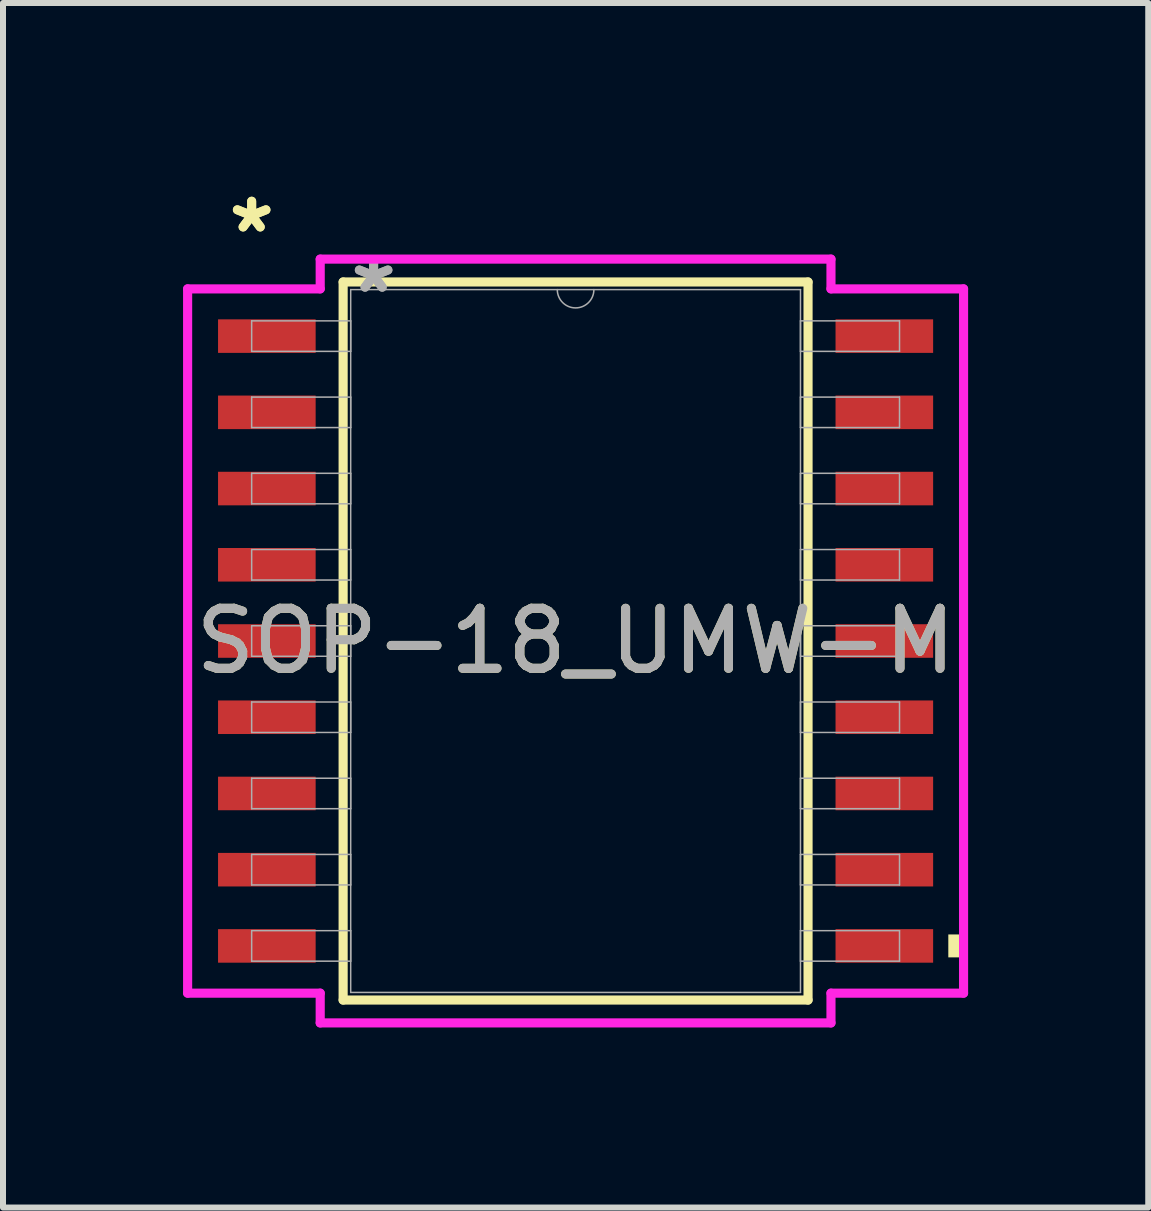
<source format=kicad_pcb>
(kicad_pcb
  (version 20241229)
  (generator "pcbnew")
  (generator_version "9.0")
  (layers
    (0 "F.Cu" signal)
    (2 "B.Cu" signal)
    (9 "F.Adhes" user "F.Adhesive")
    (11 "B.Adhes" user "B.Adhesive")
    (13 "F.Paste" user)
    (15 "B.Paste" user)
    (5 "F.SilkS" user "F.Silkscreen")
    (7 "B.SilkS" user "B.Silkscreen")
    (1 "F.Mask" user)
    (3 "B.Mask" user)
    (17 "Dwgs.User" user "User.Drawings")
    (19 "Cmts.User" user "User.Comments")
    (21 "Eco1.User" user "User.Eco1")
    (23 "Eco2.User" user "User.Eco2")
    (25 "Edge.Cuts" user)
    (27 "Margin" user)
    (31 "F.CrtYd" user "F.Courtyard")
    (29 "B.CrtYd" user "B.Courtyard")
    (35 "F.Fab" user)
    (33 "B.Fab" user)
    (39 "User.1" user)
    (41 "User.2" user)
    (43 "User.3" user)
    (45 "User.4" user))
  (footprint "SOP-18_UMW-M"
    (layer "F.Cu")
    (at 6.54 7.63)
    (property "Reference" "SOP-18_UMW-M" (at 0 0 0) (unlocked yes) (layer "F.SilkS") (effects (font (size 1 1) (thickness 0.15))))
    (attr smd)
    (fp_line (start -3.873 -5.982) (end -3.873 5.982) (stroke (width 0.152) (type solid)) (layer "F.SilkS"))
    (fp_line (start -3.873 5.982) (end 3.873 5.982) (stroke (width 0.152) (type solid)) (layer "F.SilkS"))
    (fp_line (start 3.873 -5.982) (end -3.873 -5.982) (stroke (width 0.152) (type solid)) (layer "F.SilkS"))
    (fp_line (start 3.873 5.982) (end 3.873 -5.982) (stroke (width 0.152) (type solid)) (layer "F.SilkS"))
    (fp_poly (pts (xy 6.464 4.889) (xy 6.464 5.271) (xy 6.21 5.271) (xy 6.21 4.889)) (stroke (width 0) (type solid)) (fill yes) (layer "F.SilkS"))
    (fp_line (start -6.464 -5.867) (end -4.255 -5.867) (stroke (width 0.152) (type solid)) (layer "F.CrtYd"))
    (fp_line (start -6.464 5.867) (end -6.464 -5.867) (stroke (width 0.152) (type solid)) (layer "F.CrtYd"))
    (fp_line (start -6.464 5.867) (end -4.255 5.867) (stroke (width 0.152) (type solid)) (layer "F.CrtYd"))
    (fp_line (start -4.255 -6.363) (end 4.255 -6.363) (stroke (width 0.152) (type solid)) (layer "F.CrtYd"))
    (fp_line (start -4.255 -5.867) (end -4.255 -6.363) (stroke (width 0.152) (type solid)) (layer "F.CrtYd"))
    (fp_line (start -4.255 6.363) (end -4.255 5.867) (stroke (width 0.152) (type solid)) (layer "F.CrtYd"))
    (fp_line (start 4.255 -6.363) (end 4.255 -5.867) (stroke (width 0.152) (type solid)) (layer "F.CrtYd"))
    (fp_line (start 4.255 5.867) (end 4.255 6.363) (stroke (width 0.152) (type solid)) (layer "F.CrtYd"))
    (fp_line (start 4.255 6.363) (end -4.255 6.363) (stroke (width 0.152) (type solid)) (layer "F.CrtYd"))
    (fp_line (start 6.464 -5.867) (end 4.255 -5.867) (stroke (width 0.152) (type solid)) (layer "F.CrtYd"))
    (fp_line (start 6.464 -5.867) (end 6.464 5.867) (stroke (width 0.152) (type solid)) (layer "F.CrtYd"))
    (fp_line (start 6.464 5.867) (end 4.255 5.867) (stroke (width 0.152) (type solid)) (layer "F.CrtYd"))
    (fp_line (start -5.397 -5.334) (end -5.397 -4.826) (stroke (width 0.025) (type solid)) (layer "F.Fab"))
    (fp_line (start -5.397 -4.826) (end -3.747 -4.826) (stroke (width 0.025) (type solid)) (layer "F.Fab"))
    (fp_line (start -5.397 -4.064) (end -5.397 -3.556) (stroke (width 0.025) (type solid)) (layer "F.Fab"))
    (fp_line (start -5.397 -3.556) (end -3.747 -3.556) (stroke (width 0.025) (type solid)) (layer "F.Fab"))
    (fp_line (start -5.397 -2.794) (end -5.397 -2.286) (stroke (width 0.025) (type solid)) (layer "F.Fab"))
    (fp_line (start -5.397 -2.286) (end -3.747 -2.286) (stroke (width 0.025) (type solid)) (layer "F.Fab"))
    (fp_line (start -5.397 -1.524) (end -5.397 -1.016) (stroke (width 0.025) (type solid)) (layer "F.Fab"))
    (fp_line (start -5.397 -1.016) (end -3.747 -1.016) (stroke (width 0.025) (type solid)) (layer "F.Fab"))
    (fp_line (start -5.397 -0.254) (end -5.397 0.254) (stroke (width 0.025) (type solid)) (layer "F.Fab"))
    (fp_line (start -5.397 0.254) (end -3.747 0.254) (stroke (width 0.025) (type solid)) (layer "F.Fab"))
    (fp_line (start -5.397 1.016) (end -5.397 1.524) (stroke (width 0.025) (type solid)) (layer "F.Fab"))
    (fp_line (start -5.397 1.524) (end -3.747 1.524) (stroke (width 0.025) (type solid)) (layer "F.Fab"))
    (fp_line (start -5.397 2.286) (end -5.397 2.794) (stroke (width 0.025) (type solid)) (layer "F.Fab"))
    (fp_line (start -5.397 2.794) (end -3.747 2.794) (stroke (width 0.025) (type solid)) (layer "F.Fab"))
    (fp_line (start -5.397 3.556) (end -5.397 4.064) (stroke (width 0.025) (type solid)) (layer "F.Fab"))
    (fp_line (start -5.397 4.064) (end -3.747 4.064) (stroke (width 0.025) (type solid)) (layer "F.Fab"))
    (fp_line (start -5.397 4.826) (end -5.397 5.334) (stroke (width 0.025) (type solid)) (layer "F.Fab"))
    (fp_line (start -5.397 5.334) (end -3.747 5.334) (stroke (width 0.025) (type solid)) (layer "F.Fab"))
    (fp_line (start -3.747 -5.855) (end -3.747 5.855) (stroke (width 0.025) (type solid)) (layer "F.Fab"))
    (fp_line (start -3.747 -5.334) (end -5.397 -5.334) (stroke (width 0.025) (type solid)) (layer "F.Fab"))
    (fp_line (start -3.747 -4.826) (end -3.747 -5.334) (stroke (width 0.025) (type solid)) (layer "F.Fab"))
    (fp_line (start -3.747 -4.064) (end -5.397 -4.064) (stroke (width 0.025) (type solid)) (layer "F.Fab"))
    (fp_line (start -3.747 -3.556) (end -3.747 -4.064) (stroke (width 0.025) (type solid)) (layer "F.Fab"))
    (fp_line (start -3.747 -2.794) (end -5.397 -2.794) (stroke (width 0.025) (type solid)) (layer "F.Fab"))
    (fp_line (start -3.747 -2.286) (end -3.747 -2.794) (stroke (width 0.025) (type solid)) (layer "F.Fab"))
    (fp_line (start -3.747 -1.524) (end -5.397 -1.524) (stroke (width 0.025) (type solid)) (layer "F.Fab"))
    (fp_line (start -3.747 -1.016) (end -3.747 -1.524) (stroke (width 0.025) (type solid)) (layer "F.Fab"))
    (fp_line (start -3.747 -0.254) (end -5.397 -0.254) (stroke (width 0.025) (type solid)) (layer "F.Fab"))
    (fp_line (start -3.747 0.254) (end -3.747 -0.254) (stroke (width 0.025) (type solid)) (layer "F.Fab"))
    (fp_line (start -3.747 1.016) (end -5.397 1.016) (stroke (width 0.025) (type solid)) (layer "F.Fab"))
    (fp_line (start -3.747 1.524) (end -3.747 1.016) (stroke (width 0.025) (type solid)) (layer "F.Fab"))
    (fp_line (start -3.747 2.286) (end -5.397 2.286) (stroke (width 0.025) (type solid)) (layer "F.Fab"))
    (fp_line (start -3.747 2.794) (end -3.747 2.286) (stroke (width 0.025) (type solid)) (layer "F.Fab"))
    (fp_line (start -3.747 3.556) (end -5.397 3.556) (stroke (width 0.025) (type solid)) (layer "F.Fab"))
    (fp_line (start -3.747 4.064) (end -3.747 3.556) (stroke (width 0.025) (type solid)) (layer "F.Fab"))
    (fp_line (start -3.747 4.826) (end -5.397 4.826) (stroke (width 0.025) (type solid)) (layer "F.Fab"))
    (fp_line (start -3.747 5.334) (end -3.747 4.826) (stroke (width 0.025) (type solid)) (layer "F.Fab"))
    (fp_line (start -3.747 5.855) (end 3.747 5.855) (stroke (width 0.025) (type solid)) (layer "F.Fab"))
    (fp_line (start 3.747 -5.855) (end -3.747 -5.855) (stroke (width 0.025) (type solid)) (layer "F.Fab"))
    (fp_line (start 3.747 -5.334) (end 3.747 -4.826) (stroke (width 0.025) (type solid)) (layer "F.Fab"))
    (fp_line (start 3.747 -4.826) (end 5.397 -4.826) (stroke (width 0.025) (type solid)) (layer "F.Fab"))
    (fp_line (start 3.747 -4.064) (end 3.747 -3.556) (stroke (width 0.025) (type solid)) (layer "F.Fab"))
    (fp_line (start 3.747 -3.556) (end 5.397 -3.556) (stroke (width 0.025) (type solid)) (layer "F.Fab"))
    (fp_line (start 3.747 -2.794) (end 3.747 -2.286) (stroke (width 0.025) (type solid)) (layer "F.Fab"))
    (fp_line (start 3.747 -2.286) (end 5.397 -2.286) (stroke (width 0.025) (type solid)) (layer "F.Fab"))
    (fp_line (start 3.747 -1.524) (end 3.747 -1.016) (stroke (width 0.025) (type solid)) (layer "F.Fab"))
    (fp_line (start 3.747 -1.016) (end 5.397 -1.016) (stroke (width 0.025) (type solid)) (layer "F.Fab"))
    (fp_line (start 3.747 -0.254) (end 3.747 0.254) (stroke (width 0.025) (type solid)) (layer "F.Fab"))
    (fp_line (start 3.747 0.254) (end 5.397 0.254) (stroke (width 0.025) (type solid)) (layer "F.Fab"))
    (fp_line (start 3.747 1.016) (end 3.747 1.524) (stroke (width 0.025) (type solid)) (layer "F.Fab"))
    (fp_line (start 3.747 1.524) (end 5.397 1.524) (stroke (width 0.025) (type solid)) (layer "F.Fab"))
    (fp_line (start 3.747 2.286) (end 3.747 2.794) (stroke (width 0.025) (type solid)) (layer "F.Fab"))
    (fp_line (start 3.747 2.794) (end 5.397 2.794) (stroke (width 0.025) (type solid)) (layer "F.Fab"))
    (fp_line (start 3.747 3.556) (end 3.747 4.064) (stroke (width 0.025) (type solid)) (layer "F.Fab"))
    (fp_line (start 3.747 4.064) (end 5.397 4.064) (stroke (width 0.025) (type solid)) (layer "F.Fab"))
    (fp_line (start 3.747 4.826) (end 3.747 5.334) (stroke (width 0.025) (type solid)) (layer "F.Fab"))
    (fp_line (start 3.747 5.334) (end 5.397 5.334) (stroke (width 0.025) (type solid)) (layer "F.Fab"))
    (fp_line (start 3.747 5.855) (end 3.747 -5.855) (stroke (width 0.025) (type solid)) (layer "F.Fab"))
    (fp_line (start 5.397 -5.334) (end 3.747 -5.334) (stroke (width 0.025) (type solid)) (layer "F.Fab"))
    (fp_line (start 5.397 -4.826) (end 5.397 -5.334) (stroke (width 0.025) (type solid)) (layer "F.Fab"))
    (fp_line (start 5.397 -4.064) (end 3.747 -4.064) (stroke (width 0.025) (type solid)) (layer "F.Fab"))
    (fp_line (start 5.397 -3.556) (end 5.397 -4.064) (stroke (width 0.025) (type solid)) (layer "F.Fab"))
    (fp_line (start 5.397 -2.794) (end 3.747 -2.794) (stroke (width 0.025) (type solid)) (layer "F.Fab"))
    (fp_line (start 5.397 -2.286) (end 5.397 -2.794) (stroke (width 0.025) (type solid)) (layer "F.Fab"))
    (fp_line (start 5.397 -1.524) (end 3.747 -1.524) (stroke (width 0.025) (type solid)) (layer "F.Fab"))
    (fp_line (start 5.397 -1.016) (end 5.397 -1.524) (stroke (width 0.025) (type solid)) (layer "F.Fab"))
    (fp_line (start 5.397 -0.254) (end 3.747 -0.254) (stroke (width 0.025) (type solid)) (layer "F.Fab"))
    (fp_line (start 5.397 0.254) (end 5.397 -0.254) (stroke (width 0.025) (type solid)) (layer "F.Fab"))
    (fp_line (start 5.397 1.016) (end 3.747 1.016) (stroke (width 0.025) (type solid)) (layer "F.Fab"))
    (fp_line (start 5.397 1.524) (end 5.397 1.016) (stroke (width 0.025) (type solid)) (layer "F.Fab"))
    (fp_line (start 5.397 2.286) (end 3.747 2.286) (stroke (width 0.025) (type solid)) (layer "F.Fab"))
    (fp_line (start 5.397 2.794) (end 5.397 2.286) (stroke (width 0.025) (type solid)) (layer "F.Fab"))
    (fp_line (start 5.397 3.556) (end 3.747 3.556) (stroke (width 0.025) (type solid)) (layer "F.Fab"))
    (fp_line (start 5.397 4.064) (end 5.397 3.556) (stroke (width 0.025) (type solid)) (layer "F.Fab"))
    (fp_line (start 5.397 4.826) (end 3.747 4.826) (stroke (width 0.025) (type solid)) (layer "F.Fab"))
    (fp_line (start 5.397 5.334) (end 5.397 4.826) (stroke (width 0.025) (type solid)) (layer "F.Fab"))
    (fp_arc (start 0.3048 -5.8547) (mid 0 -5.5499) (end -0.3048 -5.8547) (stroke (width 0.0254) (type solid)) (layer "F.Fab"))
    (fp_text user "*" (at -5.397 -6.782 0) (unlocked yes) (layer "F.SilkS") (effects (font (size 1 1) (thickness 0.15))))
    (fp_text user "*" (at -5.397 -6.782 0) (layer "F.SilkS") (effects (font (size 1 1) (thickness 0.15))))
    (fp_text user "*" (at -3.365 -5.779 0) (unlocked yes) (layer "F.Fab") (effects (font (size 1 1) (thickness 0.15))))
    (fp_text user "${REFERENCE}" (at 0 0 0) (unlocked yes) (layer "F.Fab") (effects (font (size 1 1) (thickness 0.15))))
    (fp_text user "*" (at -3.365 -5.779 0) (layer "F.Fab") (effects (font (size 1 1) (thickness 0.15))))
    (pad "1" smd rect (at -5.144 -5.08) (size 1.626 0.559) (layers "F.Cu" "F.Mask" "F.Paste"))
    (pad "2" smd rect (at -5.144 -3.81) (size 1.626 0.559) (layers "F.Cu" "F.Mask" "F.Paste"))
    (pad "3" smd rect (at -5.144 -2.54) (size 1.626 0.559) (layers "F.Cu" "F.Mask" "F.Paste"))
    (pad "4" smd rect (at -5.144 -1.27) (size 1.626 0.559) (layers "F.Cu" "F.Mask" "F.Paste"))
    (pad "5" smd rect (at -5.144 0) (size 1.626 0.559) (layers "F.Cu" "F.Mask" "F.Paste"))
    (pad "6" smd rect (at -5.144 1.27) (size 1.626 0.559) (layers "F.Cu" "F.Mask" "F.Paste"))
    (pad "7" smd rect (at -5.144 2.54) (size 1.626 0.559) (layers "F.Cu" "F.Mask" "F.Paste"))
    (pad "8" smd rect (at -5.144 3.81) (size 1.626 0.559) (layers "F.Cu" "F.Mask" "F.Paste"))
    (pad "9" smd rect (at -5.144 5.08) (size 1.626 0.559) (layers "F.Cu" "F.Mask" "F.Paste"))
    (pad "10" smd rect (at 5.144 5.08) (size 1.626 0.559) (layers "F.Cu" "F.Mask" "F.Paste"))
    (pad "11" smd rect (at 5.144 3.81) (size 1.626 0.559) (layers "F.Cu" "F.Mask" "F.Paste"))
    (pad "12" smd rect (at 5.144 2.54) (size 1.626 0.559) (layers "F.Cu" "F.Mask" "F.Paste"))
    (pad "13" smd rect (at 5.144 1.27) (size 1.626 0.559) (layers "F.Cu" "F.Mask" "F.Paste"))
    (pad "14" smd rect (at 5.144 0) (size 1.626 0.559) (layers "F.Cu" "F.Mask" "F.Paste"))
    (pad "15" smd rect (at 5.144 -1.27) (size 1.626 0.559) (layers "F.Cu" "F.Mask" "F.Paste"))
    (pad "16" smd rect (at 5.144 -2.54) (size 1.626 0.559) (layers "F.Cu" "F.Mask" "F.Paste"))
    (pad "17" smd rect (at 5.144 -3.81) (size 1.626 0.559) (layers "F.Cu" "F.Mask" "F.Paste"))
    (pad "18" smd rect (at 5.144 -5.08) (size 1.626 0.559) (layers "F.Cu" "F.Mask" "F.Paste")))
  (gr_rect
    (start -3 -3)
    (end 16.081 17.069)
    (stroke (width 0.1) (type default))
    (fill no)
    (layer "Edge.Cuts")))
</source>
